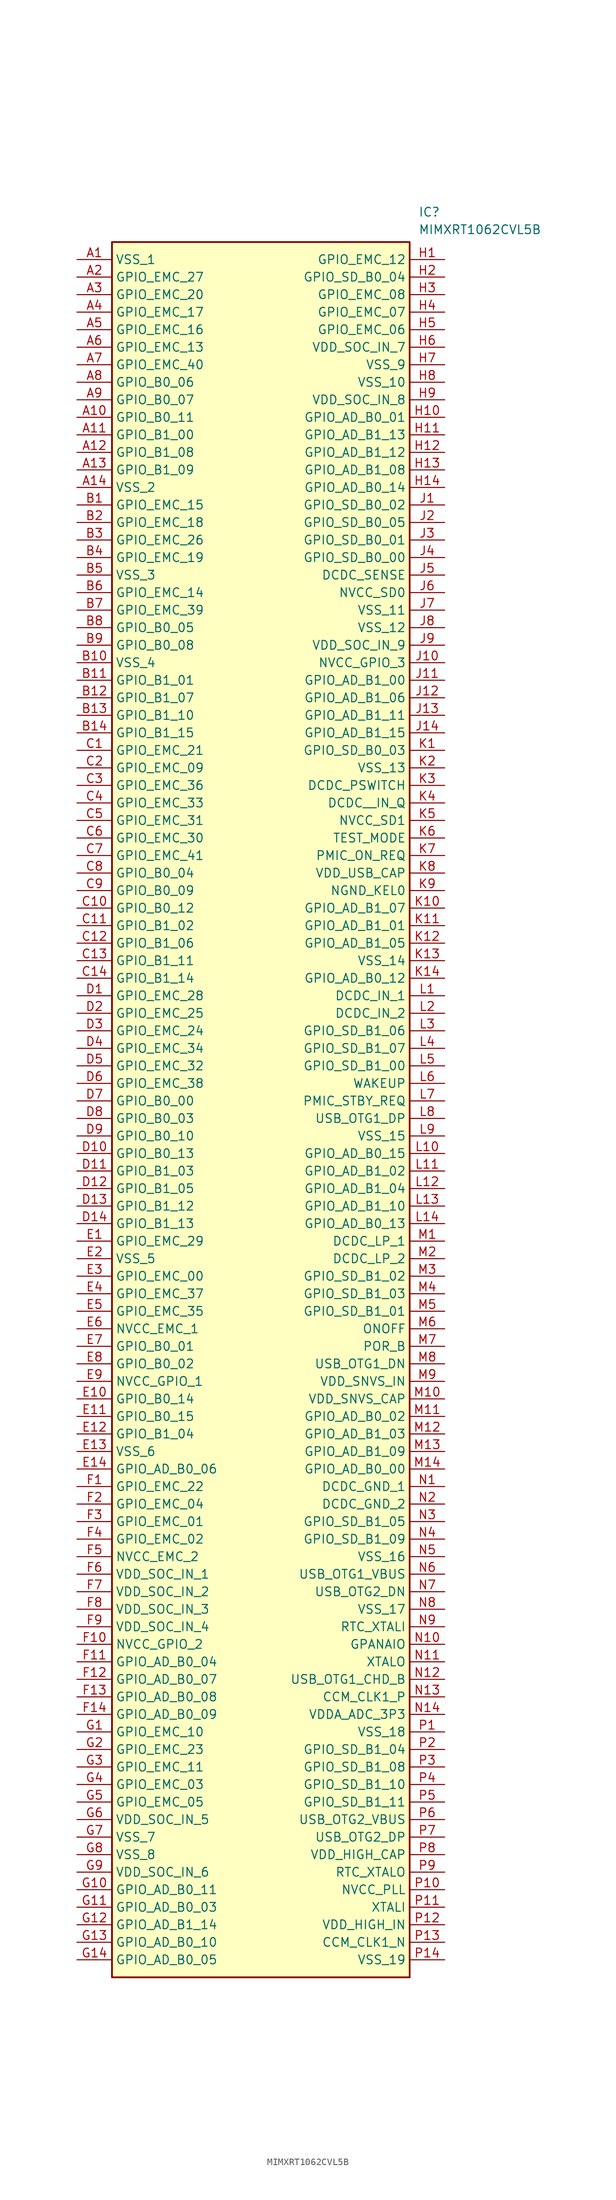
<source format=kicad_sym>
(kicad_symbol_lib
  (version 20211014)
  (generator SamacSys_ECAD_Model)
  (symbol "MIMXRT1062CVL5B"
    (property "Reference" "IC"
      (at 49.53 7.62 0)
      (effects (font (size 1.27 1.27)) (justify left top)))
    (property "Value" "MIMXRT1062CVL5B"
      (at 49.53 5.08 0)
      (effects (font (size 1.27 1.27)) (justify left top)))
    (rectangle
      (start 5.08 2.54)
      (end 48.26 -248.92)
      (stroke (width 0.254) (type default))
      (fill (type background)))
    (pin passive line
      (at 0 0 0)
      (length 5.08)
      (name "VSS_1" (effects (font (size 1.27 1.27))))
      (number "A1" (effects (font (size 1.27 1.27)))))
    (pin passive line
      (at 0 -2.54 0)
      (length 5.08)
      (name "GPIO_EMC_27" (effects (font (size 1.27 1.27))))
      (number "A2" (effects (font (size 1.27 1.27)))))
    (pin passive line
      (at 0 -5.08 0)
      (length 5.08)
      (name "GPIO_EMC_20" (effects (font (size 1.27 1.27))))
      (number "A3" (effects (font (size 1.27 1.27)))))
    (pin passive line
      (at 0 -7.62 0)
      (length 5.08)
      (name "GPIO_EMC_17" (effects (font (size 1.27 1.27))))
      (number "A4" (effects (font (size 1.27 1.27)))))
    (pin passive line
      (at 0 -10.16 0)
      (length 5.08)
      (name "GPIO_EMC_16" (effects (font (size 1.27 1.27))))
      (number "A5" (effects (font (size 1.27 1.27)))))
    (pin passive line
      (at 0 -12.7 0)
      (length 5.08)
      (name "GPIO_EMC_13" (effects (font (size 1.27 1.27))))
      (number "A6" (effects (font (size 1.27 1.27)))))
    (pin passive line
      (at 0 -15.24 0)
      (length 5.08)
      (name "GPIO_EMC_40" (effects (font (size 1.27 1.27))))
      (number "A7" (effects (font (size 1.27 1.27)))))
    (pin passive line
      (at 0 -17.78 0)
      (length 5.08)
      (name "GPIO_B0_06" (effects (font (size 1.27 1.27))))
      (number "A8" (effects (font (size 1.27 1.27)))))
    (pin passive line
      (at 0 -20.32 0)
      (length 5.08)
      (name "GPIO_B0_07" (effects (font (size 1.27 1.27))))
      (number "A9" (effects (font (size 1.27 1.27)))))
    (pin passive line
      (at 0 -22.86 0)
      (length 5.08)
      (name "GPIO_B0_11" (effects (font (size 1.27 1.27))))
      (number "A10" (effects (font (size 1.27 1.27)))))
    (pin passive line
      (at 0 -25.4 0)
      (length 5.08)
      (name "GPIO_B1_00" (effects (font (size 1.27 1.27))))
      (number "A11" (effects (font (size 1.27 1.27)))))
    (pin passive line
      (at 0 -27.94 0)
      (length 5.08)
      (name "GPIO_B1_08" (effects (font (size 1.27 1.27))))
      (number "A12" (effects (font (size 1.27 1.27)))))
    (pin passive line
      (at 0 -30.48 0)
      (length 5.08)
      (name "GPIO_B1_09" (effects (font (size 1.27 1.27))))
      (number "A13" (effects (font (size 1.27 1.27)))))
    (pin passive line
      (at 0 -33.02 0)
      (length 5.08)
      (name "VSS_2" (effects (font (size 1.27 1.27))))
      (number "A14" (effects (font (size 1.27 1.27)))))
    (pin passive line
      (at 0 -35.56 0)
      (length 5.08)
      (name "GPIO_EMC_15" (effects (font (size 1.27 1.27))))
      (number "B1" (effects (font (size 1.27 1.27)))))
    (pin passive line
      (at 0 -38.1 0)
      (length 5.08)
      (name "GPIO_EMC_18" (effects (font (size 1.27 1.27))))
      (number "B2" (effects (font (size 1.27 1.27)))))
    (pin passive line
      (at 0 -40.64 0)
      (length 5.08)
      (name "GPIO_EMC_26" (effects (font (size 1.27 1.27))))
      (number "B3" (effects (font (size 1.27 1.27)))))
    (pin passive line
      (at 0 -43.18 0)
      (length 5.08)
      (name "GPIO_EMC_19" (effects (font (size 1.27 1.27))))
      (number "B4" (effects (font (size 1.27 1.27)))))
    (pin passive line
      (at 0 -45.72 0)
      (length 5.08)
      (name "VSS_3" (effects (font (size 1.27 1.27))))
      (number "B5" (effects (font (size 1.27 1.27)))))
    (pin passive line
      (at 0 -48.26 0)
      (length 5.08)
      (name "GPIO_EMC_14" (effects (font (size 1.27 1.27))))
      (number "B6" (effects (font (size 1.27 1.27)))))
    (pin passive line
      (at 0 -50.8 0)
      (length 5.08)
      (name "GPIO_EMC_39" (effects (font (size 1.27 1.27))))
      (number "B7" (effects (font (size 1.27 1.27)))))
    (pin passive line
      (at 0 -53.34 0)
      (length 5.08)
      (name "GPIO_B0_05" (effects (font (size 1.27 1.27))))
      (number "B8" (effects (font (size 1.27 1.27)))))
    (pin passive line
      (at 0 -55.88 0)
      (length 5.08)
      (name "GPIO_B0_08" (effects (font (size 1.27 1.27))))
      (number "B9" (effects (font (size 1.27 1.27)))))
    (pin passive line
      (at 0 -58.42 0)
      (length 5.08)
      (name "VSS_4" (effects (font (size 1.27 1.27))))
      (number "B10" (effects (font (size 1.27 1.27)))))
    (pin passive line
      (at 0 -60.96 0)
      (length 5.08)
      (name "GPIO_B1_01" (effects (font (size 1.27 1.27))))
      (number "B11" (effects (font (size 1.27 1.27)))))
    (pin passive line
      (at 0 -63.5 0)
      (length 5.08)
      (name "GPIO_B1_07" (effects (font (size 1.27 1.27))))
      (number "B12" (effects (font (size 1.27 1.27)))))
    (pin passive line
      (at 0 -66.04 0)
      (length 5.08)
      (name "GPIO_B1_10" (effects (font (size 1.27 1.27))))
      (number "B13" (effects (font (size 1.27 1.27)))))
    (pin passive line
      (at 0 -68.58 0)
      (length 5.08)
      (name "GPIO_B1_15" (effects (font (size 1.27 1.27))))
      (number "B14" (effects (font (size 1.27 1.27)))))
    (pin passive line
      (at 0 -71.12 0)
      (length 5.08)
      (name "GPIO_EMC_21" (effects (font (size 1.27 1.27))))
      (number "C1" (effects (font (size 1.27 1.27)))))
    (pin passive line
      (at 0 -73.66 0)
      (length 5.08)
      (name "GPIO_EMC_09" (effects (font (size 1.27 1.27))))
      (number "C2" (effects (font (size 1.27 1.27)))))
    (pin passive line
      (at 0 -76.2 0)
      (length 5.08)
      (name "GPIO_EMC_36" (effects (font (size 1.27 1.27))))
      (number "C3" (effects (font (size 1.27 1.27)))))
    (pin passive line
      (at 0 -78.74 0)
      (length 5.08)
      (name "GPIO_EMC_33" (effects (font (size 1.27 1.27))))
      (number "C4" (effects (font (size 1.27 1.27)))))
    (pin passive line
      (at 0 -81.28 0)
      (length 5.08)
      (name "GPIO_EMC_31" (effects (font (size 1.27 1.27))))
      (number "C5" (effects (font (size 1.27 1.27)))))
    (pin passive line
      (at 0 -83.82 0)
      (length 5.08)
      (name "GPIO_EMC_30" (effects (font (size 1.27 1.27))))
      (number "C6" (effects (font (size 1.27 1.27)))))
    (pin passive line
      (at 0 -86.36 0)
      (length 5.08)
      (name "GPIO_EMC_41" (effects (font (size 1.27 1.27))))
      (number "C7" (effects (font (size 1.27 1.27)))))
    (pin passive line
      (at 0 -88.9 0)
      (length 5.08)
      (name "GPIO_B0_04" (effects (font (size 1.27 1.27))))
      (number "C8" (effects (font (size 1.27 1.27)))))
    (pin passive line
      (at 0 -91.44 0)
      (length 5.08)
      (name "GPIO_B0_09" (effects (font (size 1.27 1.27))))
      (number "C9" (effects (font (size 1.27 1.27)))))
    (pin passive line
      (at 0 -93.98 0)
      (length 5.08)
      (name "GPIO_B0_12" (effects (font (size 1.27 1.27))))
      (number "C10" (effects (font (size 1.27 1.27)))))
    (pin passive line
      (at 0 -96.52 0)
      (length 5.08)
      (name "GPIO_B1_02" (effects (font (size 1.27 1.27))))
      (number "C11" (effects (font (size 1.27 1.27)))))
    (pin passive line
      (at 0 -99.06 0)
      (length 5.08)
      (name "GPIO_B1_06" (effects (font (size 1.27 1.27))))
      (number "C12" (effects (font (size 1.27 1.27)))))
    (pin passive line
      (at 0 -101.6 0)
      (length 5.08)
      (name "GPIO_B1_11" (effects (font (size 1.27 1.27))))
      (number "C13" (effects (font (size 1.27 1.27)))))
    (pin passive line
      (at 0 -104.14 0)
      (length 5.08)
      (name "GPIO_B1_14" (effects (font (size 1.27 1.27))))
      (number "C14" (effects (font (size 1.27 1.27)))))
    (pin passive line
      (at 0 -106.68 0)
      (length 5.08)
      (name "GPIO_EMC_28" (effects (font (size 1.27 1.27))))
      (number "D1" (effects (font (size 1.27 1.27)))))
    (pin passive line
      (at 0 -109.22 0)
      (length 5.08)
      (name "GPIO_EMC_25" (effects (font (size 1.27 1.27))))
      (number "D2" (effects (font (size 1.27 1.27)))))
    (pin passive line
      (at 0 -111.76 0)
      (length 5.08)
      (name "GPIO_EMC_24" (effects (font (size 1.27 1.27))))
      (number "D3" (effects (font (size 1.27 1.27)))))
    (pin passive line
      (at 0 -114.3 0)
      (length 5.08)
      (name "GPIO_EMC_34" (effects (font (size 1.27 1.27))))
      (number "D4" (effects (font (size 1.27 1.27)))))
    (pin passive line
      (at 0 -116.84 0)
      (length 5.08)
      (name "GPIO_EMC_32" (effects (font (size 1.27 1.27))))
      (number "D5" (effects (font (size 1.27 1.27)))))
    (pin passive line
      (at 0 -119.38 0)
      (length 5.08)
      (name "GPIO_EMC_38" (effects (font (size 1.27 1.27))))
      (number "D6" (effects (font (size 1.27 1.27)))))
    (pin passive line
      (at 0 -121.92 0)
      (length 5.08)
      (name "GPIO_B0_00" (effects (font (size 1.27 1.27))))
      (number "D7" (effects (font (size 1.27 1.27)))))
    (pin passive line
      (at 0 -124.46 0)
      (length 5.08)
      (name "GPIO_B0_03" (effects (font (size 1.27 1.27))))
      (number "D8" (effects (font (size 1.27 1.27)))))
    (pin passive line
      (at 0 -127 0)
      (length 5.08)
      (name "GPIO_B0_10" (effects (font (size 1.27 1.27))))
      (number "D9" (effects (font (size 1.27 1.27)))))
    (pin passive line
      (at 0 -129.54 0)
      (length 5.08)
      (name "GPIO_B0_13" (effects (font (size 1.27 1.27))))
      (number "D10" (effects (font (size 1.27 1.27)))))
    (pin passive line
      (at 0 -132.08 0)
      (length 5.08)
      (name "GPIO_B1_03" (effects (font (size 1.27 1.27))))
      (number "D11" (effects (font (size 1.27 1.27)))))
    (pin passive line
      (at 0 -134.62 0)
      (length 5.08)
      (name "GPIO_B1_05" (effects (font (size 1.27 1.27))))
      (number "D12" (effects (font (size 1.27 1.27)))))
    (pin passive line
      (at 0 -137.16 0)
      (length 5.08)
      (name "GPIO_B1_12" (effects (font (size 1.27 1.27))))
      (number "D13" (effects (font (size 1.27 1.27)))))
    (pin passive line
      (at 0 -139.7 0)
      (length 5.08)
      (name "GPIO_B1_13" (effects (font (size 1.27 1.27))))
      (number "D14" (effects (font (size 1.27 1.27)))))
    (pin passive line
      (at 0 -142.24 0)
      (length 5.08)
      (name "GPIO_EMC_29" (effects (font (size 1.27 1.27))))
      (number "E1" (effects (font (size 1.27 1.27)))))
    (pin passive line
      (at 0 -144.78 0)
      (length 5.08)
      (name "VSS_5" (effects (font (size 1.27 1.27))))
      (number "E2" (effects (font (size 1.27 1.27)))))
    (pin passive line
      (at 0 -147.32 0)
      (length 5.08)
      (name "GPIO_EMC_00" (effects (font (size 1.27 1.27))))
      (number "E3" (effects (font (size 1.27 1.27)))))
    (pin passive line
      (at 0 -149.86 0)
      (length 5.08)
      (name "GPIO_EMC_37" (effects (font (size 1.27 1.27))))
      (number "E4" (effects (font (size 1.27 1.27)))))
    (pin passive line
      (at 0 -152.4 0)
      (length 5.08)
      (name "GPIO_EMC_35" (effects (font (size 1.27 1.27))))
      (number "E5" (effects (font (size 1.27 1.27)))))
    (pin passive line
      (at 0 -154.94 0)
      (length 5.08)
      (name "NVCC_EMC_1" (effects (font (size 1.27 1.27))))
      (number "E6" (effects (font (size 1.27 1.27)))))
    (pin passive line
      (at 0 -157.48 0)
      (length 5.08)
      (name "GPIO_B0_01" (effects (font (size 1.27 1.27))))
      (number "E7" (effects (font (size 1.27 1.27)))))
    (pin passive line
      (at 0 -160.02 0)
      (length 5.08)
      (name "GPIO_B0_02" (effects (font (size 1.27 1.27))))
      (number "E8" (effects (font (size 1.27 1.27)))))
    (pin passive line
      (at 0 -162.56 0)
      (length 5.08)
      (name "NVCC_GPIO_1" (effects (font (size 1.27 1.27))))
      (number "E9" (effects (font (size 1.27 1.27)))))
    (pin passive line
      (at 0 -165.1 0)
      (length 5.08)
      (name "GPIO_B0_14" (effects (font (size 1.27 1.27))))
      (number "E10" (effects (font (size 1.27 1.27)))))
    (pin passive line
      (at 0 -167.64 0)
      (length 5.08)
      (name "GPIO_B0_15" (effects (font (size 1.27 1.27))))
      (number "E11" (effects (font (size 1.27 1.27)))))
    (pin passive line
      (at 0 -170.18 0)
      (length 5.08)
      (name "GPIO_B1_04" (effects (font (size 1.27 1.27))))
      (number "E12" (effects (font (size 1.27 1.27)))))
    (pin passive line
      (at 0 -172.72 0)
      (length 5.08)
      (name "VSS_6" (effects (font (size 1.27 1.27))))
      (number "E13" (effects (font (size 1.27 1.27)))))
    (pin passive line
      (at 0 -175.26 0)
      (length 5.08)
      (name "GPIO_AD_B0_06" (effects (font (size 1.27 1.27))))
      (number "E14" (effects (font (size 1.27 1.27)))))
    (pin passive line
      (at 0 -177.8 0)
      (length 5.08)
      (name "GPIO_EMC_22" (effects (font (size 1.27 1.27))))
      (number "F1" (effects (font (size 1.27 1.27)))))
    (pin passive line
      (at 0 -180.34 0)
      (length 5.08)
      (name "GPIO_EMC_04" (effects (font (size 1.27 1.27))))
      (number "F2" (effects (font (size 1.27 1.27)))))
    (pin passive line
      (at 0 -182.88 0)
      (length 5.08)
      (name "GPIO_EMC_01" (effects (font (size 1.27 1.27))))
      (number "F3" (effects (font (size 1.27 1.27)))))
    (pin passive line
      (at 0 -185.42 0)
      (length 5.08)
      (name "GPIO_EMC_02" (effects (font (size 1.27 1.27))))
      (number "F4" (effects (font (size 1.27 1.27)))))
    (pin passive line
      (at 0 -187.96 0)
      (length 5.08)
      (name "NVCC_EMC_2" (effects (font (size 1.27 1.27))))
      (number "F5" (effects (font (size 1.27 1.27)))))
    (pin passive line
      (at 0 -190.5 0)
      (length 5.08)
      (name "VDD_SOC_IN_1" (effects (font (size 1.27 1.27))))
      (number "F6" (effects (font (size 1.27 1.27)))))
    (pin passive line
      (at 0 -193.04 0)
      (length 5.08)
      (name "VDD_SOC_IN_2" (effects (font (size 1.27 1.27))))
      (number "F7" (effects (font (size 1.27 1.27)))))
    (pin passive line
      (at 0 -195.58 0)
      (length 5.08)
      (name "VDD_SOC_IN_3" (effects (font (size 1.27 1.27))))
      (number "F8" (effects (font (size 1.27 1.27)))))
    (pin passive line
      (at 0 -198.12 0)
      (length 5.08)
      (name "VDD_SOC_IN_4" (effects (font (size 1.27 1.27))))
      (number "F9" (effects (font (size 1.27 1.27)))))
    (pin passive line
      (at 0 -200.66 0)
      (length 5.08)
      (name "NVCC_GPIO_2" (effects (font (size 1.27 1.27))))
      (number "F10" (effects (font (size 1.27 1.27)))))
    (pin passive line
      (at 0 -203.2 0)
      (length 5.08)
      (name "GPIO_AD_B0_04" (effects (font (size 1.27 1.27))))
      (number "F11" (effects (font (size 1.27 1.27)))))
    (pin passive line
      (at 0 -205.74 0)
      (length 5.08)
      (name "GPIO_AD_B0_07" (effects (font (size 1.27 1.27))))
      (number "F12" (effects (font (size 1.27 1.27)))))
    (pin passive line
      (at 0 -208.28 0)
      (length 5.08)
      (name "GPIO_AD_B0_08" (effects (font (size 1.27 1.27))))
      (number "F13" (effects (font (size 1.27 1.27)))))
    (pin passive line
      (at 0 -210.82 0)
      (length 5.08)
      (name "GPIO_AD_B0_09" (effects (font (size 1.27 1.27))))
      (number "F14" (effects (font (size 1.27 1.27)))))
    (pin passive line
      (at 0 -213.36 0)
      (length 5.08)
      (name "GPIO_EMC_10" (effects (font (size 1.27 1.27))))
      (number "G1" (effects (font (size 1.27 1.27)))))
    (pin passive line
      (at 0 -215.9 0)
      (length 5.08)
      (name "GPIO_EMC_23" (effects (font (size 1.27 1.27))))
      (number "G2" (effects (font (size 1.27 1.27)))))
    (pin passive line
      (at 0 -218.44 0)
      (length 5.08)
      (name "GPIO_EMC_11" (effects (font (size 1.27 1.27))))
      (number "G3" (effects (font (size 1.27 1.27)))))
    (pin passive line
      (at 0 -220.98 0)
      (length 5.08)
      (name "GPIO_EMC_03" (effects (font (size 1.27 1.27))))
      (number "G4" (effects (font (size 1.27 1.27)))))
    (pin passive line
      (at 0 -223.52 0)
      (length 5.08)
      (name "GPIO_EMC_05" (effects (font (size 1.27 1.27))))
      (number "G5" (effects (font (size 1.27 1.27)))))
    (pin passive line
      (at 0 -226.06 0)
      (length 5.08)
      (name "VDD_SOC_IN_5" (effects (font (size 1.27 1.27))))
      (number "G6" (effects (font (size 1.27 1.27)))))
    (pin passive line
      (at 0 -228.6 0)
      (length 5.08)
      (name "VSS_7" (effects (font (size 1.27 1.27))))
      (number "G7" (effects (font (size 1.27 1.27)))))
    (pin passive line
      (at 0 -231.14 0)
      (length 5.08)
      (name "VSS_8" (effects (font (size 1.27 1.27))))
      (number "G8" (effects (font (size 1.27 1.27)))))
    (pin passive line
      (at 0 -233.68 0)
      (length 5.08)
      (name "VDD_SOC_IN_6" (effects (font (size 1.27 1.27))))
      (number "G9" (effects (font (size 1.27 1.27)))))
    (pin passive line
      (at 0 -236.22 0)
      (length 5.08)
      (name "GPIO_AD_B0_11" (effects (font (size 1.27 1.27))))
      (number "G10" (effects (font (size 1.27 1.27)))))
    (pin passive line
      (at 0 -238.76 0)
      (length 5.08)
      (name "GPIO_AD_B0_03" (effects (font (size 1.27 1.27))))
      (number "G11" (effects (font (size 1.27 1.27)))))
    (pin passive line
      (at 0 -241.3 0)
      (length 5.08)
      (name "GPIO_AD_B1_14" (effects (font (size 1.27 1.27))))
      (number "G12" (effects (font (size 1.27 1.27)))))
    (pin passive line
      (at 0 -243.84 0)
      (length 5.08)
      (name "GPIO_AD_B0_10" (effects (font (size 1.27 1.27))))
      (number "G13" (effects (font (size 1.27 1.27)))))
    (pin passive line
      (at 0 -246.38 0)
      (length 5.08)
      (name "GPIO_AD_B0_05" (effects (font (size 1.27 1.27))))
      (number "G14" (effects (font (size 1.27 1.27)))))
    (pin passive line
      (at 53.34 0 180)
      (length 5.08)
      (name "GPIO_EMC_12" (effects (font (size 1.27 1.27))))
      (number "H1" (effects (font (size 1.27 1.27)))))
    (pin passive line
      (at 53.34 -2.54 180)
      (length 5.08)
      (name "GPIO_SD_B0_04" (effects (font (size 1.27 1.27))))
      (number "H2" (effects (font (size 1.27 1.27)))))
    (pin passive line
      (at 53.34 -5.08 180)
      (length 5.08)
      (name "GPIO_EMC_08" (effects (font (size 1.27 1.27))))
      (number "H3" (effects (font (size 1.27 1.27)))))
    (pin passive line
      (at 53.34 -7.62 180)
      (length 5.08)
      (name "GPIO_EMC_07" (effects (font (size 1.27 1.27))))
      (number "H4" (effects (font (size 1.27 1.27)))))
    (pin passive line
      (at 53.34 -10.16 180)
      (length 5.08)
      (name "GPIO_EMC_06" (effects (font (size 1.27 1.27))))
      (number "H5" (effects (font (size 1.27 1.27)))))
    (pin passive line
      (at 53.34 -12.7 180)
      (length 5.08)
      (name "VDD_SOC_IN_7" (effects (font (size 1.27 1.27))))
      (number "H6" (effects (font (size 1.27 1.27)))))
    (pin passive line
      (at 53.34 -15.24 180)
      (length 5.08)
      (name "VSS_9" (effects (font (size 1.27 1.27))))
      (number "H7" (effects (font (size 1.27 1.27)))))
    (pin passive line
      (at 53.34 -17.78 180)
      (length 5.08)
      (name "VSS_10" (effects (font (size 1.27 1.27))))
      (number "H8" (effects (font (size 1.27 1.27)))))
    (pin passive line
      (at 53.34 -20.32 180)
      (length 5.08)
      (name "VDD_SOC_IN_8" (effects (font (size 1.27 1.27))))
      (number "H9" (effects (font (size 1.27 1.27)))))
    (pin passive line
      (at 53.34 -22.86 180)
      (length 5.08)
      (name "GPIO_AD_B0_01" (effects (font (size 1.27 1.27))))
      (number "H10" (effects (font (size 1.27 1.27)))))
    (pin passive line
      (at 53.34 -25.4 180)
      (length 5.08)
      (name "GPIO_AD_B1_13" (effects (font (size 1.27 1.27))))
      (number "H11" (effects (font (size 1.27 1.27)))))
    (pin passive line
      (at 53.34 -27.94 180)
      (length 5.08)
      (name "GPIO_AD_B1_12" (effects (font (size 1.27 1.27))))
      (number "H12" (effects (font (size 1.27 1.27)))))
    (pin passive line
      (at 53.34 -30.48 180)
      (length 5.08)
      (name "GPIO_AD_B1_08" (effects (font (size 1.27 1.27))))
      (number "H13" (effects (font (size 1.27 1.27)))))
    (pin passive line
      (at 53.34 -33.02 180)
      (length 5.08)
      (name "GPIO_AD_B0_14" (effects (font (size 1.27 1.27))))
      (number "H14" (effects (font (size 1.27 1.27)))))
    (pin passive line
      (at 53.34 -35.56 180)
      (length 5.08)
      (name "GPIO_SD_B0_02" (effects (font (size 1.27 1.27))))
      (number "J1" (effects (font (size 1.27 1.27)))))
    (pin passive line
      (at 53.34 -38.1 180)
      (length 5.08)
      (name "GPIO_SD_B0_05" (effects (font (size 1.27 1.27))))
      (number "J2" (effects (font (size 1.27 1.27)))))
    (pin passive line
      (at 53.34 -40.64 180)
      (length 5.08)
      (name "GPIO_SD_B0_01" (effects (font (size 1.27 1.27))))
      (number "J3" (effects (font (size 1.27 1.27)))))
    (pin passive line
      (at 53.34 -43.18 180)
      (length 5.08)
      (name "GPIO_SD_B0_00" (effects (font (size 1.27 1.27))))
      (number "J4" (effects (font (size 1.27 1.27)))))
    (pin passive line
      (at 53.34 -45.72 180)
      (length 5.08)
      (name "DCDC_SENSE" (effects (font (size 1.27 1.27))))
      (number "J5" (effects (font (size 1.27 1.27)))))
    (pin passive line
      (at 53.34 -48.26 180)
      (length 5.08)
      (name "NVCC_SD0" (effects (font (size 1.27 1.27))))
      (number "J6" (effects (font (size 1.27 1.27)))))
    (pin passive line
      (at 53.34 -50.8 180)
      (length 5.08)
      (name "VSS_11" (effects (font (size 1.27 1.27))))
      (number "J7" (effects (font (size 1.27 1.27)))))
    (pin passive line
      (at 53.34 -53.34 180)
      (length 5.08)
      (name "VSS_12" (effects (font (size 1.27 1.27))))
      (number "J8" (effects (font (size 1.27 1.27)))))
    (pin passive line
      (at 53.34 -55.88 180)
      (length 5.08)
      (name "VDD_SOC_IN_9" (effects (font (size 1.27 1.27))))
      (number "J9" (effects (font (size 1.27 1.27)))))
    (pin passive line
      (at 53.34 -58.42 180)
      (length 5.08)
      (name "NVCC_GPIO_3" (effects (font (size 1.27 1.27))))
      (number "J10" (effects (font (size 1.27 1.27)))))
    (pin passive line
      (at 53.34 -60.96 180)
      (length 5.08)
      (name "GPIO_AD_B1_00" (effects (font (size 1.27 1.27))))
      (number "J11" (effects (font (size 1.27 1.27)))))
    (pin passive line
      (at 53.34 -63.5 180)
      (length 5.08)
      (name "GPIO_AD_B1_06" (effects (font (size 1.27 1.27))))
      (number "J12" (effects (font (size 1.27 1.27)))))
    (pin passive line
      (at 53.34 -66.04 180)
      (length 5.08)
      (name "GPIO_AD_B1_11" (effects (font (size 1.27 1.27))))
      (number "J13" (effects (font (size 1.27 1.27)))))
    (pin passive line
      (at 53.34 -68.58 180)
      (length 5.08)
      (name "GPIO_AD_B1_15" (effects (font (size 1.27 1.27))))
      (number "J14" (effects (font (size 1.27 1.27)))))
    (pin passive line
      (at 53.34 -71.12 180)
      (length 5.08)
      (name "GPIO_SD_B0_03" (effects (font (size 1.27 1.27))))
      (number "K1" (effects (font (size 1.27 1.27)))))
    (pin passive line
      (at 53.34 -73.66 180)
      (length 5.08)
      (name "VSS_13" (effects (font (size 1.27 1.27))))
      (number "K2" (effects (font (size 1.27 1.27)))))
    (pin passive line
      (at 53.34 -76.2 180)
      (length 5.08)
      (name "DCDC_PSWITCH" (effects (font (size 1.27 1.27))))
      (number "K3" (effects (font (size 1.27 1.27)))))
    (pin passive line
      (at 53.34 -78.74 180)
      (length 5.08)
      (name "DCDC__IN_Q" (effects (font (size 1.27 1.27))))
      (number "K4" (effects (font (size 1.27 1.27)))))
    (pin passive line
      (at 53.34 -81.28 180)
      (length 5.08)
      (name "NVCC_SD1" (effects (font (size 1.27 1.27))))
      (number "K5" (effects (font (size 1.27 1.27)))))
    (pin passive line
      (at 53.34 -83.82 180)
      (length 5.08)
      (name "TEST_MODE" (effects (font (size 1.27 1.27))))
      (number "K6" (effects (font (size 1.27 1.27)))))
    (pin passive line
      (at 53.34 -86.36 180)
      (length 5.08)
      (name "PMIC_ON_REQ" (effects (font (size 1.27 1.27))))
      (number "K7" (effects (font (size 1.27 1.27)))))
    (pin passive line
      (at 53.34 -88.9 180)
      (length 5.08)
      (name "VDD_USB_CAP" (effects (font (size 1.27 1.27))))
      (number "K8" (effects (font (size 1.27 1.27)))))
    (pin passive line
      (at 53.34 -91.44 180)
      (length 5.08)
      (name "NGND_KEL0" (effects (font (size 1.27 1.27))))
      (number "K9" (effects (font (size 1.27 1.27)))))
    (pin passive line
      (at 53.34 -93.98 180)
      (length 5.08)
      (name "GPIO_AD_B1_07" (effects (font (size 1.27 1.27))))
      (number "K10" (effects (font (size 1.27 1.27)))))
    (pin passive line
      (at 53.34 -96.52 180)
      (length 5.08)
      (name "GPIO_AD_B1_01" (effects (font (size 1.27 1.27))))
      (number "K11" (effects (font (size 1.27 1.27)))))
    (pin passive line
      (at 53.34 -99.06 180)
      (length 5.08)
      (name "GPIO_AD_B1_05" (effects (font (size 1.27 1.27))))
      (number "K12" (effects (font (size 1.27 1.27)))))
    (pin passive line
      (at 53.34 -101.6 180)
      (length 5.08)
      (name "VSS_14" (effects (font (size 1.27 1.27))))
      (number "K13" (effects (font (size 1.27 1.27)))))
    (pin passive line
      (at 53.34 -104.14 180)
      (length 5.08)
      (name "GPIO_AD_B0_12" (effects (font (size 1.27 1.27))))
      (number "K14" (effects (font (size 1.27 1.27)))))
    (pin passive line
      (at 53.34 -106.68 180)
      (length 5.08)
      (name "DCDC_IN_1" (effects (font (size 1.27 1.27))))
      (number "L1" (effects (font (size 1.27 1.27)))))
    (pin passive line
      (at 53.34 -109.22 180)
      (length 5.08)
      (name "DCDC_IN_2" (effects (font (size 1.27 1.27))))
      (number "L2" (effects (font (size 1.27 1.27)))))
    (pin passive line
      (at 53.34 -111.76 180)
      (length 5.08)
      (name "GPIO_SD_B1_06" (effects (font (size 1.27 1.27))))
      (number "L3" (effects (font (size 1.27 1.27)))))
    (pin passive line
      (at 53.34 -114.3 180)
      (length 5.08)
      (name "GPIO_SD_B1_07" (effects (font (size 1.27 1.27))))
      (number "L4" (effects (font (size 1.27 1.27)))))
    (pin passive line
      (at 53.34 -116.84 180)
      (length 5.08)
      (name "GPIO_SD_B1_00" (effects (font (size 1.27 1.27))))
      (number "L5" (effects (font (size 1.27 1.27)))))
    (pin passive line
      (at 53.34 -119.38 180)
      (length 5.08)
      (name "WAKEUP" (effects (font (size 1.27 1.27))))
      (number "L6" (effects (font (size 1.27 1.27)))))
    (pin passive line
      (at 53.34 -121.92 180)
      (length 5.08)
      (name "PMIC_STBY_REQ" (effects (font (size 1.27 1.27))))
      (number "L7" (effects (font (size 1.27 1.27)))))
    (pin passive line
      (at 53.34 -124.46 180)
      (length 5.08)
      (name "USB_OTG1_DP" (effects (font (size 1.27 1.27))))
      (number "L8" (effects (font (size 1.27 1.27)))))
    (pin passive line
      (at 53.34 -127 180)
      (length 5.08)
      (name "VSS_15" (effects (font (size 1.27 1.27))))
      (number "L9" (effects (font (size 1.27 1.27)))))
    (pin passive line
      (at 53.34 -129.54 180)
      (length 5.08)
      (name "GPIO_AD_B0_15" (effects (font (size 1.27 1.27))))
      (number "L10" (effects (font (size 1.27 1.27)))))
    (pin passive line
      (at 53.34 -132.08 180)
      (length 5.08)
      (name "GPIO_AD_B1_02" (effects (font (size 1.27 1.27))))
      (number "L11" (effects (font (size 1.27 1.27)))))
    (pin passive line
      (at 53.34 -134.62 180)
      (length 5.08)
      (name "GPIO_AD_B1_04" (effects (font (size 1.27 1.27))))
      (number "L12" (effects (font (size 1.27 1.27)))))
    (pin passive line
      (at 53.34 -137.16 180)
      (length 5.08)
      (name "GPIO_AD_B1_10" (effects (font (size 1.27 1.27))))
      (number "L13" (effects (font (size 1.27 1.27)))))
    (pin passive line
      (at 53.34 -139.7 180)
      (length 5.08)
      (name "GPIO_AD_B0_13" (effects (font (size 1.27 1.27))))
      (number "L14" (effects (font (size 1.27 1.27)))))
    (pin passive line
      (at 53.34 -142.24 180)
      (length 5.08)
      (name "DCDC_LP_1" (effects (font (size 1.27 1.27))))
      (number "M1" (effects (font (size 1.27 1.27)))))
    (pin passive line
      (at 53.34 -144.78 180)
      (length 5.08)
      (name "DCDC_LP_2" (effects (font (size 1.27 1.27))))
      (number "M2" (effects (font (size 1.27 1.27)))))
    (pin passive line
      (at 53.34 -147.32 180)
      (length 5.08)
      (name "GPIO_SD_B1_02" (effects (font (size 1.27 1.27))))
      (number "M3" (effects (font (size 1.27 1.27)))))
    (pin passive line
      (at 53.34 -149.86 180)
      (length 5.08)
      (name "GPIO_SD_B1_03" (effects (font (size 1.27 1.27))))
      (number "M4" (effects (font (size 1.27 1.27)))))
    (pin passive line
      (at 53.34 -152.4 180)
      (length 5.08)
      (name "GPIO_SD_B1_01" (effects (font (size 1.27 1.27))))
      (number "M5" (effects (font (size 1.27 1.27)))))
    (pin passive line
      (at 53.34 -154.94 180)
      (length 5.08)
      (name "ONOFF" (effects (font (size 1.27 1.27))))
      (number "M6" (effects (font (size 1.27 1.27)))))
    (pin passive line
      (at 53.34 -157.48 180)
      (length 5.08)
      (name "POR_B" (effects (font (size 1.27 1.27))))
      (number "M7" (effects (font (size 1.27 1.27)))))
    (pin passive line
      (at 53.34 -160.02 180)
      (length 5.08)
      (name "USB_OTG1_DN" (effects (font (size 1.27 1.27))))
      (number "M8" (effects (font (size 1.27 1.27)))))
    (pin passive line
      (at 53.34 -162.56 180)
      (length 5.08)
      (name "VDD_SNVS_IN" (effects (font (size 1.27 1.27))))
      (number "M9" (effects (font (size 1.27 1.27)))))
    (pin passive line
      (at 53.34 -165.1 180)
      (length 5.08)
      (name "VDD_SNVS_CAP" (effects (font (size 1.27 1.27))))
      (number "M10" (effects (font (size 1.27 1.27)))))
    (pin passive line
      (at 53.34 -167.64 180)
      (length 5.08)
      (name "GPIO_AD_B0_02" (effects (font (size 1.27 1.27))))
      (number "M11" (effects (font (size 1.27 1.27)))))
    (pin passive line
      (at 53.34 -170.18 180)
      (length 5.08)
      (name "GPIO_AD_B1_03" (effects (font (size 1.27 1.27))))
      (number "M12" (effects (font (size 1.27 1.27)))))
    (pin passive line
      (at 53.34 -172.72 180)
      (length 5.08)
      (name "GPIO_AD_B1_09" (effects (font (size 1.27 1.27))))
      (number "M13" (effects (font (size 1.27 1.27)))))
    (pin passive line
      (at 53.34 -175.26 180)
      (length 5.08)
      (name "GPIO_AD_B0_00" (effects (font (size 1.27 1.27))))
      (number "M14" (effects (font (size 1.27 1.27)))))
    (pin passive line
      (at 53.34 -177.8 180)
      (length 5.08)
      (name "DCDC_GND_1" (effects (font (size 1.27 1.27))))
      (number "N1" (effects (font (size 1.27 1.27)))))
    (pin passive line
      (at 53.34 -180.34 180)
      (length 5.08)
      (name "DCDC_GND_2" (effects (font (size 1.27 1.27))))
      (number "N2" (effects (font (size 1.27 1.27)))))
    (pin passive line
      (at 53.34 -182.88 180)
      (length 5.08)
      (name "GPIO_SD_B1_05" (effects (font (size 1.27 1.27))))
      (number "N3" (effects (font (size 1.27 1.27)))))
    (pin passive line
      (at 53.34 -185.42 180)
      (length 5.08)
      (name "GPIO_SD_B1_09" (effects (font (size 1.27 1.27))))
      (number "N4" (effects (font (size 1.27 1.27)))))
    (pin passive line
      (at 53.34 -187.96 180)
      (length 5.08)
      (name "VSS_16" (effects (font (size 1.27 1.27))))
      (number "N5" (effects (font (size 1.27 1.27)))))
    (pin passive line
      (at 53.34 -190.5 180)
      (length 5.08)
      (name "USB_OTG1_VBUS" (effects (font (size 1.27 1.27))))
      (number "N6" (effects (font (size 1.27 1.27)))))
    (pin passive line
      (at 53.34 -193.04 180)
      (length 5.08)
      (name "USB_OTG2_DN" (effects (font (size 1.27 1.27))))
      (number "N7" (effects (font (size 1.27 1.27)))))
    (pin passive line
      (at 53.34 -195.58 180)
      (length 5.08)
      (name "VSS_17" (effects (font (size 1.27 1.27))))
      (number "N8" (effects (font (size 1.27 1.27)))))
    (pin passive line
      (at 53.34 -198.12 180)
      (length 5.08)
      (name "RTC_XTALI" (effects (font (size 1.27 1.27))))
      (number "N9" (effects (font (size 1.27 1.27)))))
    (pin passive line
      (at 53.34 -200.66 180)
      (length 5.08)
      (name "GPANAIO" (effects (font (size 1.27 1.27))))
      (number "N10" (effects (font (size 1.27 1.27)))))
    (pin passive line
      (at 53.34 -203.2 180)
      (length 5.08)
      (name "XTALO" (effects (font (size 1.27 1.27))))
      (number "N11" (effects (font (size 1.27 1.27)))))
    (pin passive line
      (at 53.34 -205.74 180)
      (length 5.08)
      (name "USB_OTG1_CHD_B" (effects (font (size 1.27 1.27))))
      (number "N12" (effects (font (size 1.27 1.27)))))
    (pin passive line
      (at 53.34 -208.28 180)
      (length 5.08)
      (name "CCM_CLK1_P" (effects (font (size 1.27 1.27))))
      (number "N13" (effects (font (size 1.27 1.27)))))
    (pin passive line
      (at 53.34 -210.82 180)
      (length 5.08)
      (name "VDDA_ADC_3P3" (effects (font (size 1.27 1.27))))
      (number "N14" (effects (font (size 1.27 1.27)))))
    (pin passive line
      (at 53.34 -213.36 180)
      (length 5.08)
      (name "VSS_18" (effects (font (size 1.27 1.27))))
      (number "P1" (effects (font (size 1.27 1.27)))))
    (pin passive line
      (at 53.34 -215.9 180)
      (length 5.08)
      (name "GPIO_SD_B1_04" (effects (font (size 1.27 1.27))))
      (number "P2" (effects (font (size 1.27 1.27)))))
    (pin passive line
      (at 53.34 -218.44 180)
      (length 5.08)
      (name "GPIO_SD_B1_08" (effects (font (size 1.27 1.27))))
      (number "P3" (effects (font (size 1.27 1.27)))))
    (pin passive line
      (at 53.34 -220.98 180)
      (length 5.08)
      (name "GPIO_SD_B1_10" (effects (font (size 1.27 1.27))))
      (number "P4" (effects (font (size 1.27 1.27)))))
    (pin passive line
      (at 53.34 -223.52 180)
      (length 5.08)
      (name "GPIO_SD_B1_11" (effects (font (size 1.27 1.27))))
      (number "P5" (effects (font (size 1.27 1.27)))))
    (pin passive line
      (at 53.34 -226.06 180)
      (length 5.08)
      (name "USB_OTG2_VBUS" (effects (font (size 1.27 1.27))))
      (number "P6" (effects (font (size 1.27 1.27)))))
    (pin passive line
      (at 53.34 -228.6 180)
      (length 5.08)
      (name "USB_OTG2_DP" (effects (font (size 1.27 1.27))))
      (number "P7" (effects (font (size 1.27 1.27)))))
    (pin passive line
      (at 53.34 -231.14 180)
      (length 5.08)
      (name "VDD_HIGH_CAP" (effects (font (size 1.27 1.27))))
      (number "P8" (effects (font (size 1.27 1.27)))))
    (pin passive line
      (at 53.34 -233.68 180)
      (length 5.08)
      (name "RTC_XTALO" (effects (font (size 1.27 1.27))))
      (number "P9" (effects (font (size 1.27 1.27)))))
    (pin passive line
      (at 53.34 -236.22 180)
      (length 5.08)
      (name "NVCC_PLL" (effects (font (size 1.27 1.27))))
      (number "P10" (effects (font (size 1.27 1.27)))))
    (pin passive line
      (at 53.34 -238.76 180)
      (length 5.08)
      (name "XTALI" (effects (font (size 1.27 1.27))))
      (number "P11" (effects (font (size 1.27 1.27)))))
    (pin passive line
      (at 53.34 -241.3 180)
      (length 5.08)
      (name "VDD_HIGH_IN" (effects (font (size 1.27 1.27))))
      (number "P12" (effects (font (size 1.27 1.27)))))
    (pin passive line
      (at 53.34 -243.84 180)
      (length 5.08)
      (name "CCM_CLK1_N" (effects (font (size 1.27 1.27))))
      (number "P13" (effects (font (size 1.27 1.27)))))
    (pin passive line
      (at 53.34 -246.38 180)
      (length 5.08)
      (name "VSS_19" (effects (font (size 1.27 1.27))))
      (number "P14" (effects (font (size 1.27 1.27)))))))
</source>
